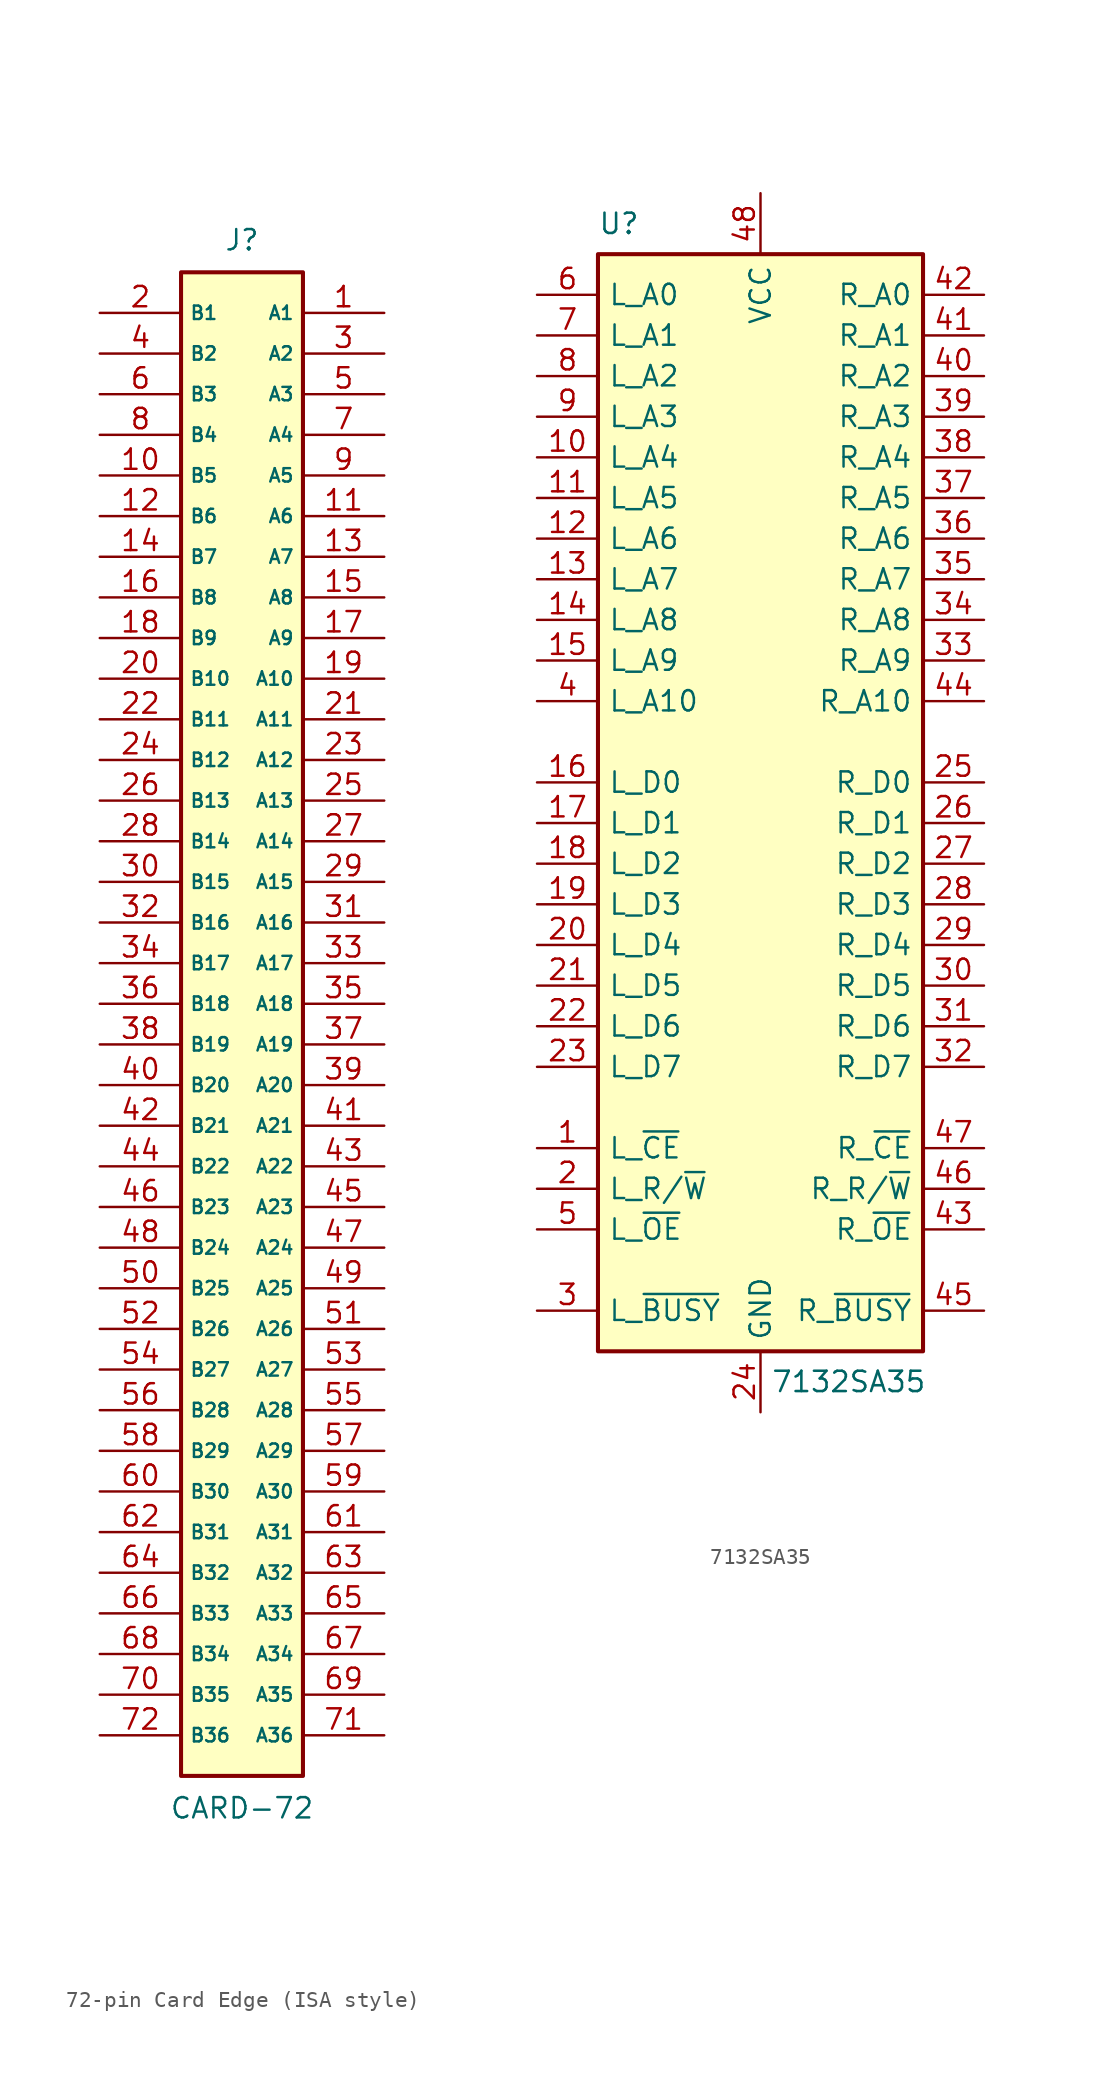
<source format=kicad_sym>
(kicad_symbol_lib
  (version 20241209)
  (generator "kicad_symbol_editor")
  (generator_version "9.0")
  (symbol "72-pin Card Edge (ISA style)"
    (property "Reference" "J"
      (at 0 1.27 0)
      (do_not_autoplace)
      (effects (font (size 1.27 1.27)) (justify bottom)))
    (property "Value" "CARD-72"
      (at 0 -95.25 0)
      (effects (font (size 1.27 1.27)) (justify top)))
    (symbol "72-pin Card Edge (ISA style)_1_1"
      (rectangle (start -3.81 0) (end 3.81 -93.98) (stroke (width 0.254) (type default)) (fill (type background)))
      (pin passive line (at -8.89 -2.54 0) (length 5.08) (name "B1" (effects (font (size 0.838 0.838)))) (number "2" (effects (font (size 1.27 1.27)))))
      (pin passive line (at -8.89 -5.08 0) (length 5.08) (name "B2" (effects (font (size 0.838 0.838)))) (number "4" (effects (font (size 1.27 1.27)))))
      (pin passive line (at -8.89 -7.62 0) (length 5.08) (name "B3" (effects (font (size 0.838 0.838)))) (number "6" (effects (font (size 1.27 1.27)))))
      (pin passive line (at -8.89 -10.16 0) (length 5.08) (name "B4" (effects (font (size 0.838 0.838)))) (number "8" (effects (font (size 1.27 1.27)))))
      (pin passive line (at -8.89 -12.7 0) (length 5.08) (name "B5" (effects (font (size 0.838 0.838)))) (number "10" (effects (font (size 1.27 1.27)))))
      (pin passive line (at -8.89 -15.24 0) (length 5.08) (name "B6" (effects (font (size 0.838 0.838)))) (number "12" (effects (font (size 1.27 1.27)))))
      (pin passive line (at -8.89 -17.78 0) (length 5.08) (name "B7" (effects (font (size 0.838 0.838)))) (number "14" (effects (font (size 1.27 1.27)))))
      (pin passive line (at -8.89 -20.32 0) (length 5.08) (name "B8" (effects (font (size 0.838 0.838)))) (number "16" (effects (font (size 1.27 1.27)))))
      (pin passive line (at -8.89 -22.86 0) (length 5.08) (name "B9" (effects (font (size 0.838 0.838)))) (number "18" (effects (font (size 1.27 1.27)))))
      (pin passive line (at -8.89 -25.4 0) (length 5.08) (name "B10" (effects (font (size 0.838 0.838)))) (number "20" (effects (font (size 1.27 1.27)))))
      (pin passive line (at -8.89 -27.94 0) (length 5.08) (name "B11" (effects (font (size 0.838 0.838)))) (number "22" (effects (font (size 1.27 1.27)))))
      (pin passive line (at -8.89 -30.48 0) (length 5.08) (name "B12" (effects (font (size 0.838 0.838)))) (number "24" (effects (font (size 1.27 1.27)))))
      (pin passive line (at -8.89 -33.02 0) (length 5.08) (name "B13" (effects (font (size 0.838 0.838)))) (number "26" (effects (font (size 1.27 1.27)))))
      (pin passive line (at -8.89 -35.56 0) (length 5.08) (name "B14" (effects (font (size 0.838 0.838)))) (number "28" (effects (font (size 1.27 1.27)))))
      (pin passive line (at -8.89 -38.1 0) (length 5.08) (name "B15" (effects (font (size 0.838 0.838)))) (number "30" (effects (font (size 1.27 1.27)))))
      (pin passive line (at -8.89 -40.64 0) (length 5.08) (name "B16" (effects (font (size 0.838 0.838)))) (number "32" (effects (font (size 1.27 1.27)))))
      (pin passive line (at -8.89 -43.18 0) (length 5.08) (name "B17" (effects (font (size 0.838 0.838)))) (number "34" (effects (font (size 1.27 1.27)))))
      (pin passive line (at -8.89 -45.72 0) (length 5.08) (name "B18" (effects (font (size 0.838 0.838)))) (number "36" (effects (font (size 1.27 1.27)))))
      (pin passive line (at -8.89 -48.26 0) (length 5.08) (name "B19" (effects (font (size 0.838 0.838)))) (number "38" (effects (font (size 1.27 1.27)))))
      (pin passive line (at -8.89 -50.8 0) (length 5.08) (name "B20" (effects (font (size 0.838 0.838)))) (number "40" (effects (font (size 1.27 1.27)))))
      (pin passive line (at -8.89 -53.34 0) (length 5.08) (name "B21" (effects (font (size 0.838 0.838)))) (number "42" (effects (font (size 1.27 1.27)))))
      (pin passive line (at -8.89 -55.88 0) (length 5.08) (name "B22" (effects (font (size 0.838 0.838)))) (number "44" (effects (font (size 1.27 1.27)))))
      (pin passive line (at -8.89 -58.42 0) (length 5.08) (name "B23" (effects (font (size 0.838 0.838)))) (number "46" (effects (font (size 1.27 1.27)))))
      (pin passive line (at -8.89 -60.96 0) (length 5.08) (name "B24" (effects (font (size 0.838 0.838)))) (number "48" (effects (font (size 1.27 1.27)))))
      (pin passive line (at -8.89 -63.5 0) (length 5.08) (name "B25" (effects (font (size 0.838 0.838)))) (number "50" (effects (font (size 1.27 1.27)))))
      (pin passive line (at -8.89 -66.04 0) (length 5.08) (name "B26" (effects (font (size 0.838 0.838)))) (number "52" (effects (font (size 1.27 1.27)))))
      (pin passive line (at -8.89 -68.58 0) (length 5.08) (name "B27" (effects (font (size 0.838 0.838)))) (number "54" (effects (font (size 1.27 1.27)))))
      (pin passive line (at -8.89 -71.12 0) (length 5.08) (name "B28" (effects (font (size 0.838 0.838)))) (number "56" (effects (font (size 1.27 1.27)))))
      (pin passive line (at -8.89 -73.66 0) (length 5.08) (name "B29" (effects (font (size 0.838 0.838)))) (number "58" (effects (font (size 1.27 1.27)))))
      (pin passive line (at -8.89 -76.2 0) (length 5.08) (name "B30" (effects (font (size 0.838 0.838)))) (number "60" (effects (font (size 1.27 1.27)))))
      (pin passive line (at -8.89 -78.74 0) (length 5.08) (name "B31" (effects (font (size 0.838 0.838)))) (number "62" (effects (font (size 1.27 1.27)))))
      (pin passive line (at -8.89 -81.28 0) (length 5.08) (name "B32" (effects (font (size 0.838 0.838)))) (number "64" (effects (font (size 1.27 1.27)))))
      (pin passive line (at -8.89 -83.82 0) (length 5.08) (name "B33" (effects (font (size 0.838 0.838)))) (number "66" (effects (font (size 1.27 1.27)))))
      (pin passive line (at -8.89 -86.36 0) (length 5.08) (name "B34" (effects (font (size 0.838 0.838)))) (number "68" (effects (font (size 1.27 1.27)))))
      (pin passive line (at -8.89 -88.9 0) (length 5.08) (name "B35" (effects (font (size 0.838 0.838)))) (number "70" (effects (font (size 1.27 1.27)))))
      (pin passive line (at -8.89 -91.44 0) (length 5.08) (name "B36" (effects (font (size 0.838 0.838)))) (number "72" (effects (font (size 1.27 1.27)))))
      (pin passive line (at 8.89 -2.54 180) (length 5.08) (name "A1" (effects (font (size 0.838 0.838)))) (number "1" (effects (font (size 1.27 1.27)))))
      (pin passive line (at 8.89 -5.08 180) (length 5.08) (name "A2" (effects (font (size 0.838 0.838)))) (number "3" (effects (font (size 1.27 1.27)))))
      (pin passive line (at 8.89 -7.62 180) (length 5.08) (name "A3" (effects (font (size 0.838 0.838)))) (number "5" (effects (font (size 1.27 1.27)))))
      (pin passive line (at 8.89 -10.16 180) (length 5.08) (name "A4" (effects (font (size 0.838 0.838)))) (number "7" (effects (font (size 1.27 1.27)))))
      (pin passive line (at 8.89 -12.7 180) (length 5.08) (name "A5" (effects (font (size 0.838 0.838)))) (number "9" (effects (font (size 1.27 1.27)))))
      (pin passive line (at 8.89 -15.24 180) (length 5.08) (name "A6" (effects (font (size 0.838 0.838)))) (number "11" (effects (font (size 1.27 1.27)))))
      (pin passive line (at 8.89 -17.78 180) (length 5.08) (name "A7" (effects (font (size 0.838 0.838)))) (number "13" (effects (font (size 1.27 1.27)))))
      (pin passive line (at 8.89 -20.32 180) (length 5.08) (name "A8" (effects (font (size 0.838 0.838)))) (number "15" (effects (font (size 1.27 1.27)))))
      (pin passive line (at 8.89 -22.86 180) (length 5.08) (name "A9" (effects (font (size 0.838 0.838)))) (number "17" (effects (font (size 1.27 1.27)))))
      (pin passive line (at 8.89 -25.4 180) (length 5.08) (name "A10" (effects (font (size 0.838 0.838)))) (number "19" (effects (font (size 1.27 1.27)))))
      (pin passive line (at 8.89 -27.94 180) (length 5.08) (name "A11" (effects (font (size 0.838 0.838)))) (number "21" (effects (font (size 1.27 1.27)))))
      (pin passive line (at 8.89 -30.48 180) (length 5.08) (name "A12" (effects (font (size 0.838 0.838)))) (number "23" (effects (font (size 1.27 1.27)))))
      (pin passive line (at 8.89 -33.02 180) (length 5.08) (name "A13" (effects (font (size 0.838 0.838)))) (number "25" (effects (font (size 1.27 1.27)))))
      (pin passive line (at 8.89 -35.56 180) (length 5.08) (name "A14" (effects (font (size 0.838 0.838)))) (number "27" (effects (font (size 1.27 1.27)))))
      (pin passive line (at 8.89 -38.1 180) (length 5.08) (name "A15" (effects (font (size 0.838 0.838)))) (number "29" (effects (font (size 1.27 1.27)))))
      (pin passive line (at 8.89 -40.64 180) (length 5.08) (name "A16" (effects (font (size 0.838 0.838)))) (number "31" (effects (font (size 1.27 1.27)))))
      (pin passive line (at 8.89 -43.18 180) (length 5.08) (name "A17" (effects (font (size 0.838 0.838)))) (number "33" (effects (font (size 1.27 1.27)))))
      (pin passive line (at 8.89 -45.72 180) (length 5.08) (name "A18" (effects (font (size 0.838 0.838)))) (number "35" (effects (font (size 1.27 1.27)))))
      (pin passive line (at 8.89 -48.26 180) (length 5.08) (name "A19" (effects (font (size 0.838 0.838)))) (number "37" (effects (font (size 1.27 1.27)))))
      (pin passive line (at 8.89 -50.8 180) (length 5.08) (name "A20" (effects (font (size 0.838 0.838)))) (number "39" (effects (font (size 1.27 1.27)))))
      (pin passive line (at 8.89 -53.34 180) (length 5.08) (name "A21" (effects (font (size 0.838 0.838)))) (number "41" (effects (font (size 1.27 1.27)))))
      (pin passive line (at 8.89 -55.88 180) (length 5.08) (name "A22" (effects (font (size 0.838 0.838)))) (number "43" (effects (font (size 1.27 1.27)))))
      (pin passive line (at 8.89 -58.42 180) (length 5.08) (name "A23" (effects (font (size 0.838 0.838)))) (number "45" (effects (font (size 1.27 1.27)))))
      (pin passive line (at 8.89 -60.96 180) (length 5.08) (name "A24" (effects (font (size 0.838 0.838)))) (number "47" (effects (font (size 1.27 1.27)))))
      (pin passive line (at 8.89 -63.5 180) (length 5.08) (name "A25" (effects (font (size 0.838 0.838)))) (number "49" (effects (font (size 1.27 1.27)))))
      (pin passive line (at 8.89 -66.04 180) (length 5.08) (name "A26" (effects (font (size 0.838 0.838)))) (number "51" (effects (font (size 1.27 1.27)))))
      (pin passive line (at 8.89 -68.58 180) (length 5.08) (name "A27" (effects (font (size 0.838 0.838)))) (number "53" (effects (font (size 1.27 1.27)))))
      (pin passive line (at 8.89 -71.12 180) (length 5.08) (name "A28" (effects (font (size 0.838 0.838)))) (number "55" (effects (font (size 1.27 1.27)))))
      (pin passive line (at 8.89 -73.66 180) (length 5.08) (name "A29" (effects (font (size 0.838 0.838)))) (number "57" (effects (font (size 1.27 1.27)))))
      (pin passive line (at 8.89 -76.2 180) (length 5.08) (name "A30" (effects (font (size 0.838 0.838)))) (number "59" (effects (font (size 1.27 1.27)))))
      (pin passive line (at 8.89 -78.74 180) (length 5.08) (name "A31" (effects (font (size 0.838 0.838)))) (number "61" (effects (font (size 1.27 1.27)))))
      (pin passive line (at 8.89 -81.28 180) (length 5.08) (name "A32" (effects (font (size 0.838 0.838)))) (number "63" (effects (font (size 1.27 1.27)))))
      (pin passive line (at 8.89 -83.82 180) (length 5.08) (name "A33" (effects (font (size 0.838 0.838)))) (number "65" (effects (font (size 1.27 1.27)))))
      (pin passive line (at 8.89 -86.36 180) (length 5.08) (name "A34" (effects (font (size 0.838 0.838)))) (number "67" (effects (font (size 1.27 1.27)))))
      (pin passive line (at 8.89 -88.9 180) (length 5.08) (name "A35" (effects (font (size 0.838 0.838)))) (number "69" (effects (font (size 1.27 1.27)))))
      (pin passive line (at 8.89 -91.44 180) (length 5.08) (name "A36" (effects (font (size 0.838 0.838)))) (number "71" (effects (font (size 1.27 1.27)))))))
  (symbol "7132SA35"
    (pin_names
      (offset 0.635))
    (property "Reference" "U"
      (at -10.16 1.905 0)
      (do_not_autoplace)
      (effects (font (size 1.27 1.27) (thickness 0.159)) (justify left)))
    (property "Value" "7132SA35"
      (at 0.635 -70.485 0)
      (effects (font (size 1.27 1.27) (thickness 0.159)) (justify left)))
    (symbol "7132SA35_1_1"
      (rectangle (start -10.16 0) (end 10.16 -68.58) (stroke (width 0.254) (type default)) (fill (type background)))
      (pin input line (at -13.97 -2.54 0) (length 3.81) (name "L_A0" (effects (font (size 1.27 1.27)))) (number "6" (effects (font (size 1.27 1.27)))))
      (pin input line (at -13.97 -5.08 0) (length 3.81) (name "L_A1" (effects (font (size 1.27 1.27)))) (number "7" (effects (font (size 1.27 1.27)))))
      (pin input line (at -13.97 -7.62 0) (length 3.81) (name "L_A2" (effects (font (size 1.27 1.27)))) (number "8" (effects (font (size 1.27 1.27)))))
      (pin input line (at -13.97 -10.16 0) (length 3.81) (name "L_A3" (effects (font (size 1.27 1.27)))) (number "9" (effects (font (size 1.27 1.27)))))
      (pin input line (at -13.97 -12.7 0) (length 3.81) (name "L_A4" (effects (font (size 1.27 1.27)))) (number "10" (effects (font (size 1.27 1.27)))))
      (pin input line (at -13.97 -15.24 0) (length 3.81) (name "L_A5" (effects (font (size 1.27 1.27)))) (number "11" (effects (font (size 1.27 1.27)))))
      (pin input line (at -13.97 -17.78 0) (length 3.81) (name "L_A6" (effects (font (size 1.27 1.27)))) (number "12" (effects (font (size 1.27 1.27)))))
      (pin input line (at -13.97 -20.32 0) (length 3.81) (name "L_A7" (effects (font (size 1.27 1.27)))) (number "13" (effects (font (size 1.27 1.27)))))
      (pin input line (at -13.97 -22.86 0) (length 3.81) (name "L_A8" (effects (font (size 1.27 1.27)))) (number "14" (effects (font (size 1.27 1.27)))))
      (pin input line (at -13.97 -25.4 0) (length 3.81) (name "L_A9" (effects (font (size 1.27 1.27)))) (number "15" (effects (font (size 1.27 1.27)))))
      (pin input line (at -13.97 -27.94 0) (length 3.81) (name "L_A10" (effects (font (size 1.27 1.27)))) (number "4" (effects (font (size 1.27 1.27)))))
      (pin bidirectional line (at -13.97 -33.02 0) (length 3.81) (name "L_D0" (effects (font (size 1.27 1.27)))) (number "16" (effects (font (size 1.27 1.27)))))
      (pin bidirectional line (at -13.97 -35.56 0) (length 3.81) (name "L_D1" (effects (font (size 1.27 1.27)))) (number "17" (effects (font (size 1.27 1.27)))))
      (pin bidirectional line (at -13.97 -38.1 0) (length 3.81) (name "L_D2" (effects (font (size 1.27 1.27)))) (number "18" (effects (font (size 1.27 1.27)))))
      (pin bidirectional line (at -13.97 -40.64 0) (length 3.81) (name "L_D3" (effects (font (size 1.27 1.27)))) (number "19" (effects (font (size 1.27 1.27)))))
      (pin bidirectional line (at -13.97 -43.18 0) (length 3.81) (name "L_D4" (effects (font (size 1.27 1.27)))) (number "20" (effects (font (size 1.27 1.27)))))
      (pin bidirectional line (at -13.97 -45.72 0) (length 3.81) (name "L_D5" (effects (font (size 1.27 1.27)))) (number "21" (effects (font (size 1.27 1.27)))))
      (pin bidirectional line (at -13.97 -48.26 0) (length 3.81) (name "L_D6" (effects (font (size 1.27 1.27)))) (number "22" (effects (font (size 1.27 1.27)))))
      (pin bidirectional line (at -13.97 -50.8 0) (length 3.81) (name "L_D7" (effects (font (size 1.27 1.27)))) (number "23" (effects (font (size 1.27 1.27)))))
      (pin input line (at -13.97 -55.88 0) (length 3.81) (name "L_~{CE}" (effects (font (size 1.27 1.27)))) (number "1" (effects (font (size 1.27 1.27)))))
      (pin input line (at -13.97 -58.42 0) (length 3.81) (name "L_R/~{W}" (effects (font (size 1.27 1.27)))) (number "2" (effects (font (size 1.27 1.27)))))
      (pin input line (at -13.97 -60.96 0) (length 3.81) (name "L_~{OE}" (effects (font (size 1.27 1.27)))) (number "5" (effects (font (size 1.27 1.27)))))
      (pin open_emitter line (at -13.97 -66.04 0) (length 3.81) (name "L_~{BUSY}" (effects (font (size 1.27 1.27)))) (number "3" (effects (font (size 1.27 1.27)))))
      (pin power_in line (at 0 3.81 270) (length 3.81) (name "VCC" (effects (font (size 1.27 1.27)))) (number "48" (effects (font (size 1.27 1.27)))))
      (pin power_in line (at 0 -72.39 90) (length 3.81) (name "GND" (effects (font (size 1.27 1.27)))) (number "24" (effects (font (size 1.27 1.27)))))
      (pin input line (at 13.97 -2.54 180) (length 3.81) (name "R_A0" (effects (font (size 1.27 1.27)))) (number "42" (effects (font (size 1.27 1.27)))))
      (pin input line (at 13.97 -5.08 180) (length 3.81) (name "R_A1" (effects (font (size 1.27 1.27)))) (number "41" (effects (font (size 1.27 1.27)))))
      (pin input line (at 13.97 -7.62 180) (length 3.81) (name "R_A2" (effects (font (size 1.27 1.27)))) (number "40" (effects (font (size 1.27 1.27)))))
      (pin input line (at 13.97 -10.16 180) (length 3.81) (name "R_A3" (effects (font (size 1.27 1.27)))) (number "39" (effects (font (size 1.27 1.27)))))
      (pin input line (at 13.97 -12.7 180) (length 3.81) (name "R_A4" (effects (font (size 1.27 1.27)))) (number "38" (effects (font (size 1.27 1.27)))))
      (pin input line (at 13.97 -15.24 180) (length 3.81) (name "R_A5" (effects (font (size 1.27 1.27)))) (number "37" (effects (font (size 1.27 1.27)))))
      (pin input line (at 13.97 -17.78 180) (length 3.81) (name "R_A6" (effects (font (size 1.27 1.27)))) (number "36" (effects (font (size 1.27 1.27)))))
      (pin input line (at 13.97 -20.32 180) (length 3.81) (name "R_A7" (effects (font (size 1.27 1.27)))) (number "35" (effects (font (size 1.27 1.27)))))
      (pin input line (at 13.97 -22.86 180) (length 3.81) (name "R_A8" (effects (font (size 1.27 1.27)))) (number "34" (effects (font (size 1.27 1.27)))))
      (pin input line (at 13.97 -25.4 180) (length 3.81) (name "R_A9" (effects (font (size 1.27 1.27)))) (number "33" (effects (font (size 1.27 1.27)))))
      (pin input line (at 13.97 -27.94 180) (length 3.81) (name "R_A10" (effects (font (size 1.27 1.27)))) (number "44" (effects (font (size 1.27 1.27)))))
      (pin bidirectional line (at 13.97 -33.02 180) (length 3.81) (name "R_D0" (effects (font (size 1.27 1.27)))) (number "25" (effects (font (size 1.27 1.27)))))
      (pin bidirectional line (at 13.97 -35.56 180) (length 3.81) (name "R_D1" (effects (font (size 1.27 1.27)))) (number "26" (effects (font (size 1.27 1.27)))))
      (pin bidirectional line (at 13.97 -38.1 180) (length 3.81) (name "R_D2" (effects (font (size 1.27 1.27)))) (number "27" (effects (font (size 1.27 1.27)))))
      (pin bidirectional line (at 13.97 -40.64 180) (length 3.81) (name "R_D3" (effects (font (size 1.27 1.27)))) (number "28" (effects (font (size 1.27 1.27)))))
      (pin bidirectional line (at 13.97 -43.18 180) (length 3.81) (name "R_D4" (effects (font (size 1.27 1.27)))) (number "29" (effects (font (size 1.27 1.27)))))
      (pin bidirectional line (at 13.97 -45.72 180) (length 3.81) (name "R_D5" (effects (font (size 1.27 1.27)))) (number "30" (effects (font (size 1.27 1.27)))))
      (pin bidirectional line (at 13.97 -48.26 180) (length 3.81) (name "R_D6" (effects (font (size 1.27 1.27)))) (number "31" (effects (font (size 1.27 1.27)))))
      (pin bidirectional line (at 13.97 -50.8 180) (length 3.81) (name "R_D7" (effects (font (size 1.27 1.27)))) (number "32" (effects (font (size 1.27 1.27)))))
      (pin input line (at 13.97 -55.88 180) (length 3.81) (name "R_~{CE}" (effects (font (size 1.27 1.27)))) (number "47" (effects (font (size 1.27 1.27)))))
      (pin input line (at 13.97 -58.42 180) (length 3.81) (name "R_R/~{W}" (effects (font (size 1.27 1.27)))) (number "46" (effects (font (size 1.27 1.27)))))
      (pin input line (at 13.97 -60.96 180) (length 3.81) (name "R_~{OE}" (effects (font (size 1.27 1.27)))) (number "43" (effects (font (size 1.27 1.27)))))
      (pin open_emitter line (at 13.97 -66.04 180) (length 3.81) (name "R_~{BUSY}" (effects (font (size 1.27 1.27)))) (number "45" (effects (font (size 1.27 1.27))))))))
</source>
